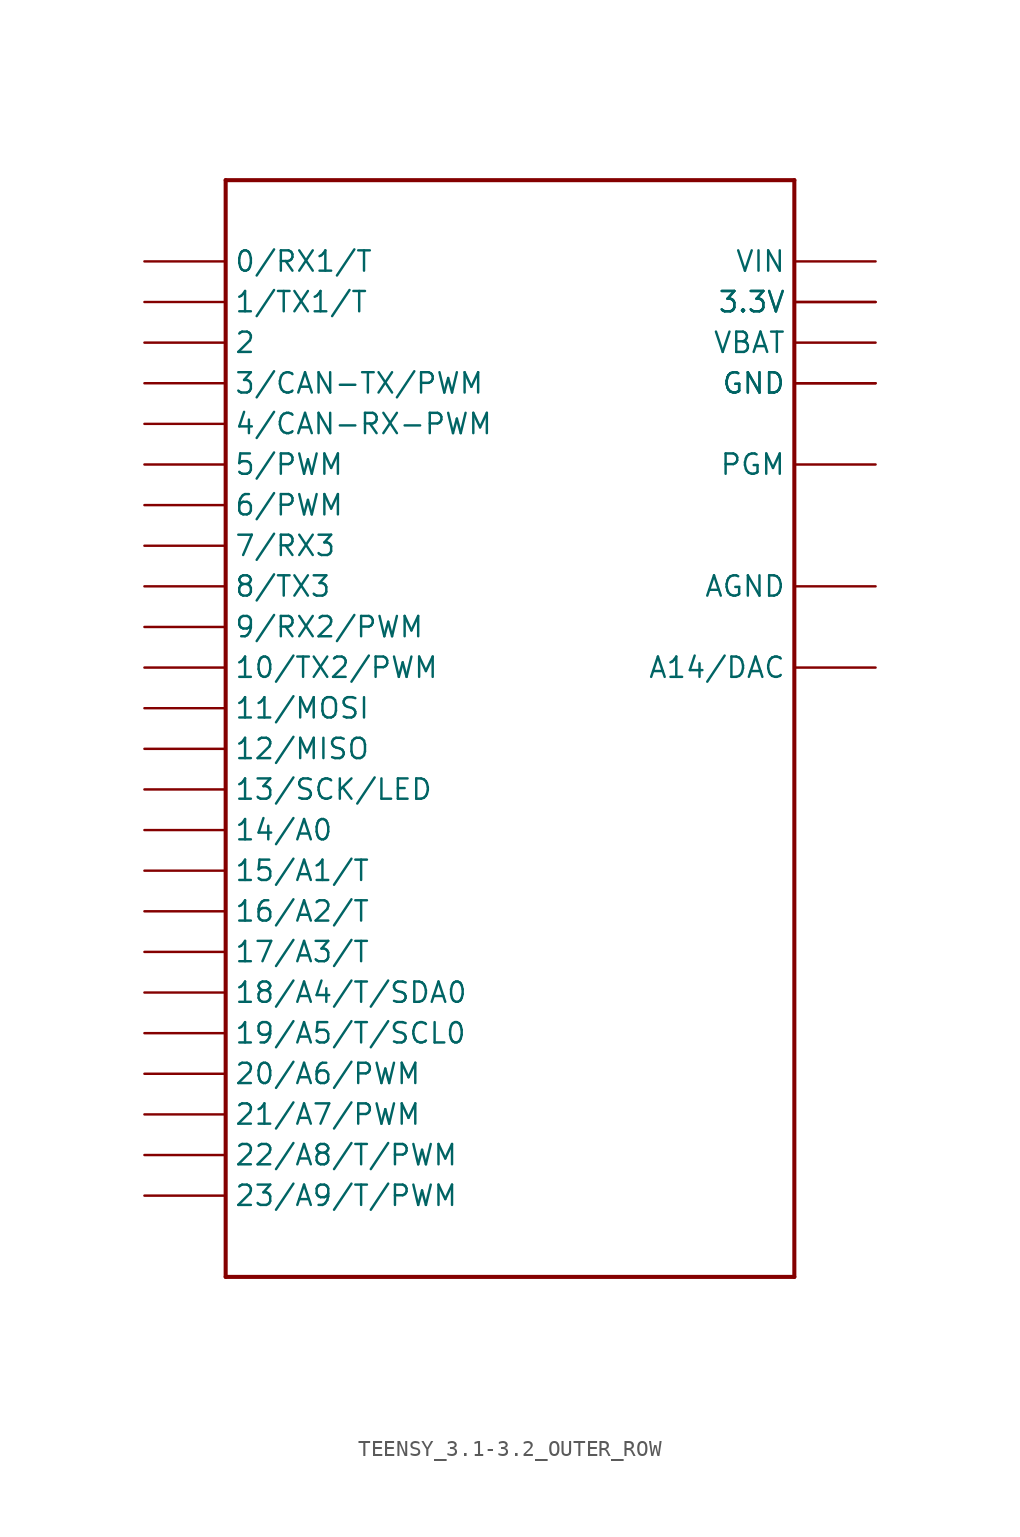
<source format=kicad_sym>
(kicad_symbol_lib
  (version 20220914)
  (generator kicad_symbol_editor)
  (symbol "TEENSY_3.1-3.2_OUTER_ROW"
    (property "Reference" ""
      (at -5.588 34.29 0)
      (effects (font (size 1.27 1.27) bold) (justify left bottom) hide))
    (property "Value" ""
      (at -2.794 -38.1 0)
      (effects (font (size 1.27 1.27) bold) (justify left bottom)))
    (property "ki_locked" ""
      (at 0 0 0)
      (effects (font (size 1.27 1.27))))
    (symbol "TEENSY_3.1-3.2_OUTER_ROW_1_0"
      (polyline (pts (xy -17.78 -35.56) (xy 17.78 -35.56)) (stroke (width 0.254) (type solid)) (fill (type none)))
      (polyline (pts (xy -17.78 33.02) (xy -17.78 -35.56)) (stroke (width 0.254) (type solid)) (fill (type none)))
      (polyline (pts (xy 17.78 -35.56) (xy 17.78 33.02)) (stroke (width 0.254) (type solid)) (fill (type none)))
      (polyline (pts (xy 17.78 33.02) (xy -17.78 33.02)) (stroke (width 0.254) (type solid)) (fill (type none)))
      (pin bidirectional line (at -22.86 27.94 0) (length 5.08) (name "0/RX1/T" (effects (font (size 1.27 1.27)))) (number "0" (effects (font (size 0 0)))))
      (pin bidirectional line (at -22.86 25.4 0) (length 5.08) (name "1/TX1/T" (effects (font (size 1.27 1.27)))) (number "1" (effects (font (size 0 0)))))
      (pin bidirectional line (at -22.86 2.54 0) (length 5.08) (name "10/TX2/PWM" (effects (font (size 1.27 1.27)))) (number "10" (effects (font (size 0 0)))))
      (pin bidirectional line (at -22.86 0 0) (length 5.08) (name "11/MOSI" (effects (font (size 1.27 1.27)))) (number "11" (effects (font (size 0 0)))))
      (pin bidirectional line (at -22.86 -2.54 0) (length 5.08) (name "12/MISO" (effects (font (size 1.27 1.27)))) (number "12" (effects (font (size 0 0)))))
      (pin bidirectional line (at -22.86 -5.08 0) (length 5.08) (name "13/SCK/LED" (effects (font (size 1.27 1.27)))) (number "13" (effects (font (size 0 0)))))
      (pin bidirectional line (at -22.86 -7.62 0) (length 5.08) (name "14/A0" (effects (font (size 1.27 1.27)))) (number "14/A0" (effects (font (size 0 0)))))
      (pin bidirectional line (at -22.86 -10.16 0) (length 5.08) (name "15/A1/T" (effects (font (size 1.27 1.27)))) (number "15/A1" (effects (font (size 0 0)))))
      (pin bidirectional line (at -22.86 -12.7 0) (length 5.08) (name "16/A2/T" (effects (font (size 1.27 1.27)))) (number "16/A2" (effects (font (size 0 0)))))
      (pin bidirectional line (at -22.86 -15.24 0) (length 5.08) (name "17/A3/T" (effects (font (size 1.27 1.27)))) (number "17/A3" (effects (font (size 0 0)))))
      (pin bidirectional line (at -22.86 -17.78 0) (length 5.08) (name "18/A4/T/SDA0" (effects (font (size 1.27 1.27)))) (number "18/A4" (effects (font (size 0 0)))))
      (pin bidirectional line (at -22.86 -20.32 0) (length 5.08) (name "19/A5/T/SCL0" (effects (font (size 1.27 1.27)))) (number "19/A5" (effects (font (size 0 0)))))
      (pin bidirectional line (at -22.86 22.86 0) (length 5.08) (name "2" (effects (font (size 1.27 1.27)))) (number "2" (effects (font (size 0 0)))))
      (pin bidirectional line (at -22.86 -22.86 0) (length 5.08) (name "20/A6/PWM" (effects (font (size 1.27 1.27)))) (number "20/A6" (effects (font (size 0 0)))))
      (pin bidirectional line (at -22.86 -25.4 0) (length 5.08) (name "21/A7/PWM" (effects (font (size 1.27 1.27)))) (number "21/A7" (effects (font (size 0 0)))))
      (pin bidirectional line (at -22.86 -27.94 0) (length 5.08) (name "22/A8/T/PWM" (effects (font (size 1.27 1.27)))) (number "22/A8" (effects (font (size 0 0)))))
      (pin bidirectional line (at -22.86 -30.48 0) (length 5.08) (name "23/A9/T/PWM" (effects (font (size 1.27 1.27)))) (number "23/A9" (effects (font (size 0 0)))))
      (pin bidirectional line (at -22.86 20.32 0) (length 5.08) (name "3/CAN-TX/PWM" (effects (font (size 1.27 1.27)))) (number "3" (effects (font (size 0 0)))))
      (pin power_in line (at 22.86 25.4 180) (length 5.08) (name "3.3V" (effects (font (size 1.27 1.27)))) (number "3.3V" (effects (font (size 0 0)))))
      (pin power_in line (at 22.86 25.4 180) (length 5.08) (name "3.3V" (effects (font (size 1.27 1.27)))) (number "3.3V1" (effects (font (size 0 0)))))
      (pin bidirectional line (at -22.86 17.78 0) (length 5.08) (name "4/CAN-RX-PWM" (effects (font (size 1.27 1.27)))) (number "4" (effects (font (size 0 0)))))
      (pin bidirectional line (at -22.86 15.24 0) (length 5.08) (name "5/PWM" (effects (font (size 1.27 1.27)))) (number "5" (effects (font (size 0 0)))))
      (pin bidirectional line (at -22.86 12.7 0) (length 5.08) (name "6/PWM" (effects (font (size 1.27 1.27)))) (number "6" (effects (font (size 0 0)))))
      (pin bidirectional line (at -22.86 10.16 0) (length 5.08) (name "7/RX3" (effects (font (size 1.27 1.27)))) (number "7" (effects (font (size 0 0)))))
      (pin bidirectional line (at -22.86 7.62 0) (length 5.08) (name "8/TX3" (effects (font (size 1.27 1.27)))) (number "8" (effects (font (size 0 0)))))
      (pin bidirectional line (at -22.86 5.08 0) (length 5.08) (name "9/RX2/PWM" (effects (font (size 1.27 1.27)))) (number "9" (effects (font (size 0 0)))))
      (pin power_in line (at 22.86 7.62 180) (length 5.08) (name "AGND" (effects (font (size 1.27 1.27)))) (number "AGND" (effects (font (size 0 0)))))
      (pin power_in line (at 22.86 20.32 180) (length 5.08) (name "GND" (effects (font (size 1.27 1.27)))) (number "GND" (effects (font (size 0 0)))))
      (pin power_in line (at 22.86 20.32 180) (length 5.08) (name "GND" (effects (font (size 1.27 1.27)))) (number "GND1" (effects (font (size 0 0)))))
      (pin bidirectional line (at 22.86 15.24 180) (length 5.08) (name "PGM" (effects (font (size 1.27 1.27)))) (number "PGM" (effects (font (size 0 0)))))
      (pin bidirectional line (at 22.86 2.54 180) (length 5.08) (name "A14/DAC" (effects (font (size 1.27 1.27)))) (number "RESET/DAC" (effects (font (size 0 0)))))
      (pin power_in line (at 22.86 22.86 180) (length 5.08) (name "VBAT" (effects (font (size 1.27 1.27)))) (number "VBAT" (effects (font (size 0 0)))))
      (pin power_in line (at 22.86 27.94 180) (length 5.08) (name "VIN" (effects (font (size 1.27 1.27)))) (number "VIN" (effects (font (size 0 0))))))))
</source>
